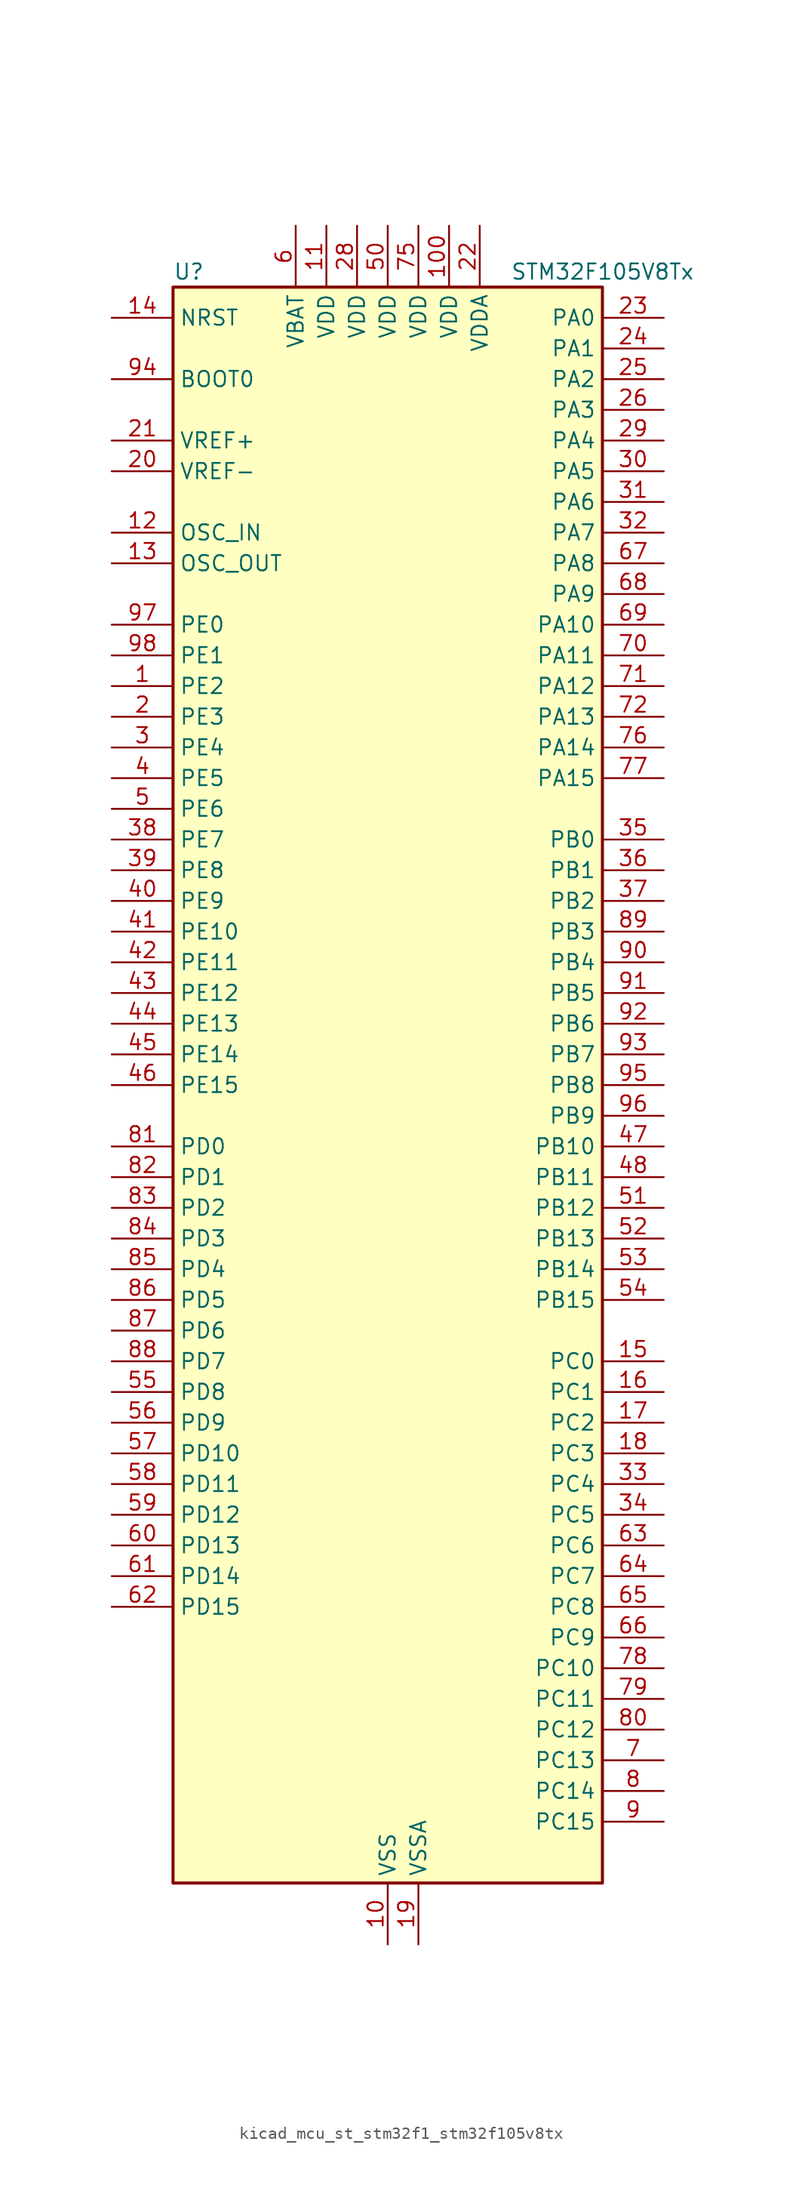
<source format=kicad_sym>
(kicad_symbol_lib
  (version 20220914)
  (generator kicad_symbol_editor)
  (symbol "kicad_mcu_st_stm32f1_stm32f105v8tx"
    (property "Reference" "U"
      (at -17.78 67.31 0)
      (effects (font (size 1.27 1.27)) (justify left)))
    (property "Value" "STM32F105V8Tx"
      (at 10.16 67.31 0)
      (effects (font (size 1.27 1.27)) (justify left)))
    (property "ki_locked" ""
      (at 0 0 0)
      (effects (font (size 1.27 1.27))))
    (symbol "kicad_mcu_st_stm32f1_stm32f105v8tx_0_1"
      (rectangle (start -17.78 -66.04) (end 17.78 66.04) (stroke (width 0.254) (type default)) (fill (type background))))
    (symbol "kicad_mcu_st_stm32f1_stm32f105v8tx_1_1"
      (pin bidirectional line (at -22.86 33.02 0) (length 5.08) (name "PE2" (effects (font (size 1.27 1.27)))) (number "1" (effects (font (size 1.27 1.27)))) (alternate "SYS_TRACECLK" bidirectional line))
      (pin power_in line (at 0 -71.12 90) (length 5.08) (name "VSS" (effects (font (size 1.27 1.27)))) (number "10" (effects (font (size 1.27 1.27)))))
      (pin power_in line (at 5.08 71.12 270) (length 5.08) (name "VDD" (effects (font (size 1.27 1.27)))) (number "100" (effects (font (size 1.27 1.27)))))
      (pin power_in line (at -5.08 71.12 270) (length 5.08) (name "VDD" (effects (font (size 1.27 1.27)))) (number "11" (effects (font (size 1.27 1.27)))))
      (pin input line (at -22.86 45.72 0) (length 5.08) (name "OSC_IN" (effects (font (size 1.27 1.27)))) (number "12" (effects (font (size 1.27 1.27)))) (alternate "RCC_OSC_IN" bidirectional line))
      (pin input line (at -22.86 43.18 0) (length 5.08) (name "OSC_OUT" (effects (font (size 1.27 1.27)))) (number "13" (effects (font (size 1.27 1.27)))) (alternate "RCC_OSC_OUT" bidirectional line))
      (pin input line (at -22.86 63.5 0) (length 5.08) (name "NRST" (effects (font (size 1.27 1.27)))) (number "14" (effects (font (size 1.27 1.27)))))
      (pin bidirectional line (at 22.86 -22.86 180) (length 5.08) (name "PC0" (effects (font (size 1.27 1.27)))) (number "15" (effects (font (size 1.27 1.27)))) (alternate "ADC1_IN10" bidirectional line) (alternate "ADC2_IN10" bidirectional line))
      (pin bidirectional line (at 22.86 -25.4 180) (length 5.08) (name "PC1" (effects (font (size 1.27 1.27)))) (number "16" (effects (font (size 1.27 1.27)))) (alternate "ADC1_IN11" bidirectional line) (alternate "ADC2_IN11" bidirectional line))
      (pin bidirectional line (at 22.86 -27.94 180) (length 5.08) (name "PC2" (effects (font (size 1.27 1.27)))) (number "17" (effects (font (size 1.27 1.27)))) (alternate "ADC1_IN12" bidirectional line) (alternate "ADC2_IN12" bidirectional line))
      (pin bidirectional line (at 22.86 -30.48 180) (length 5.08) (name "PC3" (effects (font (size 1.27 1.27)))) (number "18" (effects (font (size 1.27 1.27)))) (alternate "ADC1_IN13" bidirectional line) (alternate "ADC2_IN13" bidirectional line))
      (pin power_in line (at 2.54 -71.12 90) (length 5.08) (name "VSSA" (effects (font (size 1.27 1.27)))) (number "19" (effects (font (size 1.27 1.27)))))
      (pin bidirectional line (at -22.86 30.48 0) (length 5.08) (name "PE3" (effects (font (size 1.27 1.27)))) (number "2" (effects (font (size 1.27 1.27)))) (alternate "SYS_TRACED0" bidirectional line))
      (pin input line (at -22.86 50.8 0) (length 5.08) (name "VREF-" (effects (font (size 1.27 1.27)))) (number "20" (effects (font (size 1.27 1.27)))))
      (pin input line (at -22.86 53.34 0) (length 5.08) (name "VREF+" (effects (font (size 1.27 1.27)))) (number "21" (effects (font (size 1.27 1.27)))))
      (pin power_in line (at 7.62 71.12 270) (length 5.08) (name "VDDA" (effects (font (size 1.27 1.27)))) (number "22" (effects (font (size 1.27 1.27)))))
      (pin bidirectional line (at 22.86 63.5 180) (length 5.08) (name "PA0" (effects (font (size 1.27 1.27)))) (number "23" (effects (font (size 1.27 1.27)))) (alternate "ADC1_IN0" bidirectional line) (alternate "ADC2_IN0" bidirectional line) (alternate "SYS_WKUP" bidirectional line) (alternate "TIM2_CH1" bidirectional line) (alternate "TIM2_ETR" bidirectional line) (alternate "TIM5_CH1" bidirectional line) (alternate "USART2_CTS" bidirectional line))
      (pin bidirectional line (at 22.86 60.96 180) (length 5.08) (name "PA1" (effects (font (size 1.27 1.27)))) (number "24" (effects (font (size 1.27 1.27)))) (alternate "ADC1_IN1" bidirectional line) (alternate "ADC2_IN1" bidirectional line) (alternate "TIM2_CH2" bidirectional line) (alternate "TIM5_CH2" bidirectional line) (alternate "USART2_RTS" bidirectional line))
      (pin bidirectional line (at 22.86 58.42 180) (length 5.08) (name "PA2" (effects (font (size 1.27 1.27)))) (number "25" (effects (font (size 1.27 1.27)))) (alternate "ADC1_IN2" bidirectional line) (alternate "ADC2_IN2" bidirectional line) (alternate "TIM2_CH3" bidirectional line) (alternate "TIM5_CH3" bidirectional line) (alternate "USART2_TX" bidirectional line))
      (pin bidirectional line (at 22.86 55.88 180) (length 5.08) (name "PA3" (effects (font (size 1.27 1.27)))) (number "26" (effects (font (size 1.27 1.27)))) (alternate "ADC1_IN3" bidirectional line) (alternate "ADC2_IN3" bidirectional line) (alternate "TIM2_CH4" bidirectional line) (alternate "TIM5_CH4" bidirectional line) (alternate "USART2_RX" bidirectional line))
      (pin passive line (at 0 -71.12 90) (length 5.08) hide (name "VSS" (effects (font (size 1.27 1.27)))) (number "27" (effects (font (size 1.27 1.27)))))
      (pin power_in line (at -2.54 71.12 270) (length 5.08) (name "VDD" (effects (font (size 1.27 1.27)))) (number "28" (effects (font (size 1.27 1.27)))))
      (pin bidirectional line (at 22.86 53.34 180) (length 5.08) (name "PA4" (effects (font (size 1.27 1.27)))) (number "29" (effects (font (size 1.27 1.27)))) (alternate "ADC1_IN4" bidirectional line) (alternate "ADC2_IN4" bidirectional line) (alternate "DAC_OUT1" bidirectional line) (alternate "I2S3_WS" bidirectional line) (alternate "SPI1_NSS" bidirectional line) (alternate "SPI3_NSS" bidirectional line) (alternate "USART2_CK" bidirectional line))
      (pin bidirectional line (at -22.86 27.94 0) (length 5.08) (name "PE4" (effects (font (size 1.27 1.27)))) (number "3" (effects (font (size 1.27 1.27)))) (alternate "SYS_TRACED1" bidirectional line))
      (pin bidirectional line (at 22.86 50.8 180) (length 5.08) (name "PA5" (effects (font (size 1.27 1.27)))) (number "30" (effects (font (size 1.27 1.27)))) (alternate "ADC1_IN5" bidirectional line) (alternate "ADC2_IN5" bidirectional line) (alternate "DAC_OUT2" bidirectional line) (alternate "SPI1_SCK" bidirectional line))
      (pin bidirectional line (at 22.86 48.26 180) (length 5.08) (name "PA6" (effects (font (size 1.27 1.27)))) (number "31" (effects (font (size 1.27 1.27)))) (alternate "ADC1_IN6" bidirectional line) (alternate "ADC2_IN6" bidirectional line) (alternate "SPI1_MISO" bidirectional line) (alternate "TIM1_BKIN" bidirectional line) (alternate "TIM3_CH1" bidirectional line))
      (pin bidirectional line (at 22.86 45.72 180) (length 5.08) (name "PA7" (effects (font (size 1.27 1.27)))) (number "32" (effects (font (size 1.27 1.27)))) (alternate "ADC1_IN7" bidirectional line) (alternate "ADC2_IN7" bidirectional line) (alternate "SPI1_MOSI" bidirectional line) (alternate "TIM1_CH1N" bidirectional line) (alternate "TIM3_CH2" bidirectional line))
      (pin bidirectional line (at 22.86 -33.02 180) (length 5.08) (name "PC4" (effects (font (size 1.27 1.27)))) (number "33" (effects (font (size 1.27 1.27)))) (alternate "ADC1_IN14" bidirectional line) (alternate "ADC2_IN14" bidirectional line))
      (pin bidirectional line (at 22.86 -35.56 180) (length 5.08) (name "PC5" (effects (font (size 1.27 1.27)))) (number "34" (effects (font (size 1.27 1.27)))) (alternate "ADC1_IN15" bidirectional line) (alternate "ADC2_IN15" bidirectional line))
      (pin bidirectional line (at 22.86 20.32 180) (length 5.08) (name "PB0" (effects (font (size 1.27 1.27)))) (number "35" (effects (font (size 1.27 1.27)))) (alternate "ADC1_IN8" bidirectional line) (alternate "ADC2_IN8" bidirectional line) (alternate "TIM1_CH2N" bidirectional line) (alternate "TIM3_CH3" bidirectional line))
      (pin bidirectional line (at 22.86 17.78 180) (length 5.08) (name "PB1" (effects (font (size 1.27 1.27)))) (number "36" (effects (font (size 1.27 1.27)))) (alternate "ADC1_IN9" bidirectional line) (alternate "ADC2_IN9" bidirectional line) (alternate "TIM1_CH3N" bidirectional line) (alternate "TIM3_CH4" bidirectional line))
      (pin bidirectional line (at 22.86 15.24 180) (length 5.08) (name "PB2" (effects (font (size 1.27 1.27)))) (number "37" (effects (font (size 1.27 1.27)))))
      (pin bidirectional line (at -22.86 20.32 0) (length 5.08) (name "PE7" (effects (font (size 1.27 1.27)))) (number "38" (effects (font (size 1.27 1.27)))) (alternate "TIM1_ETR" bidirectional line))
      (pin bidirectional line (at -22.86 17.78 0) (length 5.08) (name "PE8" (effects (font (size 1.27 1.27)))) (number "39" (effects (font (size 1.27 1.27)))) (alternate "TIM1_CH1N" bidirectional line))
      (pin bidirectional line (at -22.86 25.4 0) (length 5.08) (name "PE5" (effects (font (size 1.27 1.27)))) (number "4" (effects (font (size 1.27 1.27)))) (alternate "SYS_TRACED2" bidirectional line))
      (pin bidirectional line (at -22.86 15.24 0) (length 5.08) (name "PE9" (effects (font (size 1.27 1.27)))) (number "40" (effects (font (size 1.27 1.27)))) (alternate "DAC_EXTI9" bidirectional line) (alternate "TIM1_CH1" bidirectional line))
      (pin bidirectional line (at -22.86 12.7 0) (length 5.08) (name "PE10" (effects (font (size 1.27 1.27)))) (number "41" (effects (font (size 1.27 1.27)))) (alternate "TIM1_CH2N" bidirectional line))
      (pin bidirectional line (at -22.86 10.16 0) (length 5.08) (name "PE11" (effects (font (size 1.27 1.27)))) (number "42" (effects (font (size 1.27 1.27)))) (alternate "ADC1_EXTI11" bidirectional line) (alternate "ADC2_EXTI11" bidirectional line) (alternate "TIM1_CH2" bidirectional line))
      (pin bidirectional line (at -22.86 7.62 0) (length 5.08) (name "PE12" (effects (font (size 1.27 1.27)))) (number "43" (effects (font (size 1.27 1.27)))) (alternate "TIM1_CH3N" bidirectional line))
      (pin bidirectional line (at -22.86 5.08 0) (length 5.08) (name "PE13" (effects (font (size 1.27 1.27)))) (number "44" (effects (font (size 1.27 1.27)))) (alternate "TIM1_CH3" bidirectional line))
      (pin bidirectional line (at -22.86 2.54 0) (length 5.08) (name "PE14" (effects (font (size 1.27 1.27)))) (number "45" (effects (font (size 1.27 1.27)))) (alternate "TIM1_CH4" bidirectional line))
      (pin bidirectional line (at -22.86 0 0) (length 5.08) (name "PE15" (effects (font (size 1.27 1.27)))) (number "46" (effects (font (size 1.27 1.27)))) (alternate "ADC1_EXTI15" bidirectional line) (alternate "ADC2_EXTI15" bidirectional line) (alternate "TIM1_BKIN" bidirectional line))
      (pin bidirectional line (at 22.86 -5.08 180) (length 5.08) (name "PB10" (effects (font (size 1.27 1.27)))) (number "47" (effects (font (size 1.27 1.27)))) (alternate "I2C2_SCL" bidirectional line) (alternate "TIM2_CH3" bidirectional line) (alternate "USART3_TX" bidirectional line))
      (pin bidirectional line (at 22.86 -7.62 180) (length 5.08) (name "PB11" (effects (font (size 1.27 1.27)))) (number "48" (effects (font (size 1.27 1.27)))) (alternate "ADC1_EXTI11" bidirectional line) (alternate "ADC2_EXTI11" bidirectional line) (alternate "I2C2_SDA" bidirectional line) (alternate "TIM2_CH4" bidirectional line) (alternate "USART3_RX" bidirectional line))
      (pin passive line (at 0 -71.12 90) (length 5.08) hide (name "VSS" (effects (font (size 1.27 1.27)))) (number "49" (effects (font (size 1.27 1.27)))))
      (pin bidirectional line (at -22.86 22.86 0) (length 5.08) (name "PE6" (effects (font (size 1.27 1.27)))) (number "5" (effects (font (size 1.27 1.27)))) (alternate "SYS_TRACED3" bidirectional line))
      (pin power_in line (at 0 71.12 270) (length 5.08) (name "VDD" (effects (font (size 1.27 1.27)))) (number "50" (effects (font (size 1.27 1.27)))))
      (pin bidirectional line (at 22.86 -10.16 180) (length 5.08) (name "PB12" (effects (font (size 1.27 1.27)))) (number "51" (effects (font (size 1.27 1.27)))) (alternate "CAN2_RX" bidirectional line) (alternate "I2C2_SMBA" bidirectional line) (alternate "I2S2_WS" bidirectional line) (alternate "SPI2_NSS" bidirectional line) (alternate "TIM1_BKIN" bidirectional line) (alternate "USART3_CK" bidirectional line))
      (pin bidirectional line (at 22.86 -12.7 180) (length 5.08) (name "PB13" (effects (font (size 1.27 1.27)))) (number "52" (effects (font (size 1.27 1.27)))) (alternate "CAN2_TX" bidirectional line) (alternate "I2S2_CK" bidirectional line) (alternate "SPI2_SCK" bidirectional line) (alternate "TIM1_CH1N" bidirectional line) (alternate "USART3_CTS" bidirectional line))
      (pin bidirectional line (at 22.86 -15.24 180) (length 5.08) (name "PB14" (effects (font (size 1.27 1.27)))) (number "53" (effects (font (size 1.27 1.27)))) (alternate "SPI2_MISO" bidirectional line) (alternate "TIM1_CH2N" bidirectional line) (alternate "USART3_RTS" bidirectional line))
      (pin bidirectional line (at 22.86 -17.78 180) (length 5.08) (name "PB15" (effects (font (size 1.27 1.27)))) (number "54" (effects (font (size 1.27 1.27)))) (alternate "ADC1_EXTI15" bidirectional line) (alternate "ADC2_EXTI15" bidirectional line) (alternate "I2S2_SD" bidirectional line) (alternate "SPI2_MOSI" bidirectional line) (alternate "TIM1_CH3N" bidirectional line))
      (pin bidirectional line (at -22.86 -25.4 0) (length 5.08) (name "PD8" (effects (font (size 1.27 1.27)))) (number "55" (effects (font (size 1.27 1.27)))) (alternate "USART3_TX" bidirectional line))
      (pin bidirectional line (at -22.86 -27.94 0) (length 5.08) (name "PD9" (effects (font (size 1.27 1.27)))) (number "56" (effects (font (size 1.27 1.27)))) (alternate "DAC_EXTI9" bidirectional line) (alternate "USART3_RX" bidirectional line))
      (pin bidirectional line (at -22.86 -30.48 0) (length 5.08) (name "PD10" (effects (font (size 1.27 1.27)))) (number "57" (effects (font (size 1.27 1.27)))) (alternate "USART3_CK" bidirectional line))
      (pin bidirectional line (at -22.86 -33.02 0) (length 5.08) (name "PD11" (effects (font (size 1.27 1.27)))) (number "58" (effects (font (size 1.27 1.27)))) (alternate "ADC1_EXTI11" bidirectional line) (alternate "ADC2_EXTI11" bidirectional line) (alternate "USART3_CTS" bidirectional line))
      (pin bidirectional line (at -22.86 -35.56 0) (length 5.08) (name "PD12" (effects (font (size 1.27 1.27)))) (number "59" (effects (font (size 1.27 1.27)))) (alternate "TIM4_CH1" bidirectional line) (alternate "USART3_RTS" bidirectional line))
      (pin power_in line (at -7.62 71.12 270) (length 5.08) (name "VBAT" (effects (font (size 1.27 1.27)))) (number "6" (effects (font (size 1.27 1.27)))))
      (pin bidirectional line (at -22.86 -38.1 0) (length 5.08) (name "PD13" (effects (font (size 1.27 1.27)))) (number "60" (effects (font (size 1.27 1.27)))) (alternate "TIM4_CH2" bidirectional line))
      (pin bidirectional line (at -22.86 -40.64 0) (length 5.08) (name "PD14" (effects (font (size 1.27 1.27)))) (number "61" (effects (font (size 1.27 1.27)))) (alternate "TIM4_CH3" bidirectional line))
      (pin bidirectional line (at -22.86 -43.18 0) (length 5.08) (name "PD15" (effects (font (size 1.27 1.27)))) (number "62" (effects (font (size 1.27 1.27)))) (alternate "ADC1_EXTI15" bidirectional line) (alternate "ADC2_EXTI15" bidirectional line) (alternate "TIM4_CH4" bidirectional line))
      (pin bidirectional line (at 22.86 -38.1 180) (length 5.08) (name "PC6" (effects (font (size 1.27 1.27)))) (number "63" (effects (font (size 1.27 1.27)))) (alternate "I2S2_MCK" bidirectional line) (alternate "TIM3_CH1" bidirectional line))
      (pin bidirectional line (at 22.86 -40.64 180) (length 5.08) (name "PC7" (effects (font (size 1.27 1.27)))) (number "64" (effects (font (size 1.27 1.27)))) (alternate "I2S3_MCK" bidirectional line) (alternate "TIM3_CH2" bidirectional line))
      (pin bidirectional line (at 22.86 -43.18 180) (length 5.08) (name "PC8" (effects (font (size 1.27 1.27)))) (number "65" (effects (font (size 1.27 1.27)))) (alternate "TIM3_CH3" bidirectional line))
      (pin bidirectional line (at 22.86 -45.72 180) (length 5.08) (name "PC9" (effects (font (size 1.27 1.27)))) (number "66" (effects (font (size 1.27 1.27)))) (alternate "DAC_EXTI9" bidirectional line) (alternate "TIM3_CH4" bidirectional line))
      (pin bidirectional line (at 22.86 43.18 180) (length 5.08) (name "PA8" (effects (font (size 1.27 1.27)))) (number "67" (effects (font (size 1.27 1.27)))) (alternate "RCC_MCO" bidirectional line) (alternate "TIM1_CH1" bidirectional line) (alternate "USART1_CK" bidirectional line) (alternate "USB_OTG_FS_SOF" bidirectional line))
      (pin bidirectional line (at 22.86 40.64 180) (length 5.08) (name "PA9" (effects (font (size 1.27 1.27)))) (number "68" (effects (font (size 1.27 1.27)))) (alternate "DAC_EXTI9" bidirectional line) (alternate "TIM1_CH2" bidirectional line) (alternate "USART1_TX" bidirectional line) (alternate "USB_OTG_FS_VBUS" bidirectional line))
      (pin bidirectional line (at 22.86 38.1 180) (length 5.08) (name "PA10" (effects (font (size 1.27 1.27)))) (number "69" (effects (font (size 1.27 1.27)))) (alternate "TIM1_CH3" bidirectional line) (alternate "USART1_RX" bidirectional line) (alternate "USB_OTG_FS_ID" bidirectional line))
      (pin bidirectional line (at 22.86 -55.88 180) (length 5.08) (name "PC13" (effects (font (size 1.27 1.27)))) (number "7" (effects (font (size 1.27 1.27)))) (alternate "RTC_OUT" bidirectional line) (alternate "RTC_TAMPER" bidirectional line))
      (pin bidirectional line (at 22.86 35.56 180) (length 5.08) (name "PA11" (effects (font (size 1.27 1.27)))) (number "70" (effects (font (size 1.27 1.27)))) (alternate "ADC1_EXTI11" bidirectional line) (alternate "ADC2_EXTI11" bidirectional line) (alternate "CAN1_RX" bidirectional line) (alternate "TIM1_CH4" bidirectional line) (alternate "USART1_CTS" bidirectional line) (alternate "USB_OTG_FS_DM" bidirectional line))
      (pin bidirectional line (at 22.86 33.02 180) (length 5.08) (name "PA12" (effects (font (size 1.27 1.27)))) (number "71" (effects (font (size 1.27 1.27)))) (alternate "CAN1_TX" bidirectional line) (alternate "TIM1_ETR" bidirectional line) (alternate "USART1_RTS" bidirectional line) (alternate "USB_OTG_FS_DP" bidirectional line))
      (pin bidirectional line (at 22.86 30.48 180) (length 5.08) (name "PA13" (effects (font (size 1.27 1.27)))) (number "72" (effects (font (size 1.27 1.27)))) (alternate "SYS_JTMS-SWDIO" bidirectional line))
      (pin no_connect line (at -17.78 -66.04 0) (length 5.08) hide (name "NC" (effects (font (size 1.27 1.27)))) (number "73" (effects (font (size 1.27 1.27)))))
      (pin passive line (at 0 -71.12 90) (length 5.08) hide (name "VSS" (effects (font (size 1.27 1.27)))) (number "74" (effects (font (size 1.27 1.27)))))
      (pin power_in line (at 2.54 71.12 270) (length 5.08) (name "VDD" (effects (font (size 1.27 1.27)))) (number "75" (effects (font (size 1.27 1.27)))))
      (pin bidirectional line (at 22.86 27.94 180) (length 5.08) (name "PA14" (effects (font (size 1.27 1.27)))) (number "76" (effects (font (size 1.27 1.27)))) (alternate "SYS_JTCK-SWCLK" bidirectional line))
      (pin bidirectional line (at 22.86 25.4 180) (length 5.08) (name "PA15" (effects (font (size 1.27 1.27)))) (number "77" (effects (font (size 1.27 1.27)))) (alternate "ADC1_EXTI15" bidirectional line) (alternate "ADC2_EXTI15" bidirectional line) (alternate "I2S3_WS" bidirectional line) (alternate "SPI1_NSS" bidirectional line) (alternate "SPI3_NSS" bidirectional line) (alternate "SYS_JTDI" bidirectional line) (alternate "TIM2_CH1" bidirectional line) (alternate "TIM2_ETR" bidirectional line))
      (pin bidirectional line (at 22.86 -48.26 180) (length 5.08) (name "PC10" (effects (font (size 1.27 1.27)))) (number "78" (effects (font (size 1.27 1.27)))) (alternate "I2S3_CK" bidirectional line) (alternate "SPI3_SCK" bidirectional line) (alternate "UART4_TX" bidirectional line) (alternate "USART3_TX" bidirectional line))
      (pin bidirectional line (at 22.86 -50.8 180) (length 5.08) (name "PC11" (effects (font (size 1.27 1.27)))) (number "79" (effects (font (size 1.27 1.27)))) (alternate "ADC1_EXTI11" bidirectional line) (alternate "ADC2_EXTI11" bidirectional line) (alternate "SPI3_MISO" bidirectional line) (alternate "UART4_RX" bidirectional line) (alternate "USART3_RX" bidirectional line))
      (pin bidirectional line (at 22.86 -58.42 180) (length 5.08) (name "PC14" (effects (font (size 1.27 1.27)))) (number "8" (effects (font (size 1.27 1.27)))) (alternate "RCC_OSC32_IN" bidirectional line))
      (pin bidirectional line (at 22.86 -53.34 180) (length 5.08) (name "PC12" (effects (font (size 1.27 1.27)))) (number "80" (effects (font (size 1.27 1.27)))) (alternate "I2S3_SD" bidirectional line) (alternate "SPI3_MOSI" bidirectional line) (alternate "UART5_TX" bidirectional line) (alternate "USART3_CK" bidirectional line))
      (pin bidirectional line (at -22.86 -5.08 0) (length 5.08) (name "PD0" (effects (font (size 1.27 1.27)))) (number "81" (effects (font (size 1.27 1.27)))) (alternate "CAN1_RX" bidirectional line))
      (pin bidirectional line (at -22.86 -7.62 0) (length 5.08) (name "PD1" (effects (font (size 1.27 1.27)))) (number "82" (effects (font (size 1.27 1.27)))) (alternate "CAN1_TX" bidirectional line))
      (pin bidirectional line (at -22.86 -10.16 0) (length 5.08) (name "PD2" (effects (font (size 1.27 1.27)))) (number "83" (effects (font (size 1.27 1.27)))) (alternate "TIM3_ETR" bidirectional line) (alternate "UART5_RX" bidirectional line))
      (pin bidirectional line (at -22.86 -12.7 0) (length 5.08) (name "PD3" (effects (font (size 1.27 1.27)))) (number "84" (effects (font (size 1.27 1.27)))) (alternate "USART2_CTS" bidirectional line))
      (pin bidirectional line (at -22.86 -15.24 0) (length 5.08) (name "PD4" (effects (font (size 1.27 1.27)))) (number "85" (effects (font (size 1.27 1.27)))) (alternate "USART2_RTS" bidirectional line))
      (pin bidirectional line (at -22.86 -17.78 0) (length 5.08) (name "PD5" (effects (font (size 1.27 1.27)))) (number "86" (effects (font (size 1.27 1.27)))) (alternate "USART2_TX" bidirectional line))
      (pin bidirectional line (at -22.86 -20.32 0) (length 5.08) (name "PD6" (effects (font (size 1.27 1.27)))) (number "87" (effects (font (size 1.27 1.27)))) (alternate "USART2_RX" bidirectional line))
      (pin bidirectional line (at -22.86 -22.86 0) (length 5.08) (name "PD7" (effects (font (size 1.27 1.27)))) (number "88" (effects (font (size 1.27 1.27)))) (alternate "USART2_CK" bidirectional line))
      (pin bidirectional line (at 22.86 12.7 180) (length 5.08) (name "PB3" (effects (font (size 1.27 1.27)))) (number "89" (effects (font (size 1.27 1.27)))) (alternate "I2S3_CK" bidirectional line) (alternate "SPI1_SCK" bidirectional line) (alternate "SPI3_SCK" bidirectional line) (alternate "SYS_JTDO" bidirectional line) (alternate "SYS_TRACESWO" bidirectional line) (alternate "TIM2_CH2" bidirectional line))
      (pin bidirectional line (at 22.86 -60.96 180) (length 5.08) (name "PC15" (effects (font (size 1.27 1.27)))) (number "9" (effects (font (size 1.27 1.27)))) (alternate "ADC1_EXTI15" bidirectional line) (alternate "ADC2_EXTI15" bidirectional line) (alternate "RCC_OSC32_OUT" bidirectional line))
      (pin bidirectional line (at 22.86 10.16 180) (length 5.08) (name "PB4" (effects (font (size 1.27 1.27)))) (number "90" (effects (font (size 1.27 1.27)))) (alternate "SPI1_MISO" bidirectional line) (alternate "SPI3_MISO" bidirectional line) (alternate "SYS_NJTRST" bidirectional line) (alternate "TIM3_CH1" bidirectional line))
      (pin bidirectional line (at 22.86 7.62 180) (length 5.08) (name "PB5" (effects (font (size 1.27 1.27)))) (number "91" (effects (font (size 1.27 1.27)))) (alternate "CAN2_RX" bidirectional line) (alternate "I2C1_SMBA" bidirectional line) (alternate "I2S3_SD" bidirectional line) (alternate "SPI1_MOSI" bidirectional line) (alternate "SPI3_MOSI" bidirectional line) (alternate "TIM3_CH2" bidirectional line))
      (pin bidirectional line (at 22.86 5.08 180) (length 5.08) (name "PB6" (effects (font (size 1.27 1.27)))) (number "92" (effects (font (size 1.27 1.27)))) (alternate "CAN2_TX" bidirectional line) (alternate "I2C1_SCL" bidirectional line) (alternate "TIM4_CH1" bidirectional line) (alternate "USART1_TX" bidirectional line))
      (pin bidirectional line (at 22.86 2.54 180) (length 5.08) (name "PB7" (effects (font (size 1.27 1.27)))) (number "93" (effects (font (size 1.27 1.27)))) (alternate "I2C1_SDA" bidirectional line) (alternate "TIM4_CH2" bidirectional line) (alternate "USART1_RX" bidirectional line))
      (pin input line (at -22.86 58.42 0) (length 5.08) (name "BOOT0" (effects (font (size 1.27 1.27)))) (number "94" (effects (font (size 1.27 1.27)))))
      (pin bidirectional line (at 22.86 0 180) (length 5.08) (name "PB8" (effects (font (size 1.27 1.27)))) (number "95" (effects (font (size 1.27 1.27)))) (alternate "CAN1_RX" bidirectional line) (alternate "I2C1_SCL" bidirectional line) (alternate "TIM4_CH3" bidirectional line))
      (pin bidirectional line (at 22.86 -2.54 180) (length 5.08) (name "PB9" (effects (font (size 1.27 1.27)))) (number "96" (effects (font (size 1.27 1.27)))) (alternate "CAN1_TX" bidirectional line) (alternate "DAC_EXTI9" bidirectional line) (alternate "I2C1_SDA" bidirectional line) (alternate "TIM4_CH4" bidirectional line))
      (pin bidirectional line (at -22.86 38.1 0) (length 5.08) (name "PE0" (effects (font (size 1.27 1.27)))) (number "97" (effects (font (size 1.27 1.27)))) (alternate "TIM4_ETR" bidirectional line))
      (pin bidirectional line (at -22.86 35.56 0) (length 5.08) (name "PE1" (effects (font (size 1.27 1.27)))) (number "98" (effects (font (size 1.27 1.27)))))
      (pin passive line (at 0 -71.12 90) (length 5.08) hide (name "VSS" (effects (font (size 1.27 1.27)))) (number "99" (effects (font (size 1.27 1.27))))))))
</source>
